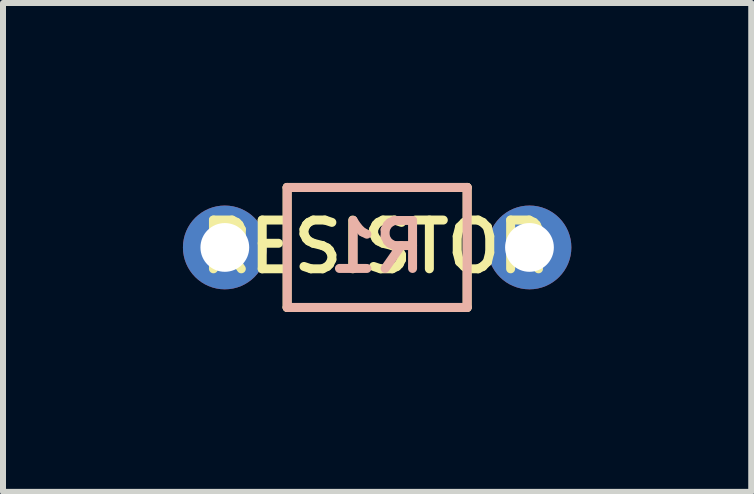
<source format=kicad_pcb>
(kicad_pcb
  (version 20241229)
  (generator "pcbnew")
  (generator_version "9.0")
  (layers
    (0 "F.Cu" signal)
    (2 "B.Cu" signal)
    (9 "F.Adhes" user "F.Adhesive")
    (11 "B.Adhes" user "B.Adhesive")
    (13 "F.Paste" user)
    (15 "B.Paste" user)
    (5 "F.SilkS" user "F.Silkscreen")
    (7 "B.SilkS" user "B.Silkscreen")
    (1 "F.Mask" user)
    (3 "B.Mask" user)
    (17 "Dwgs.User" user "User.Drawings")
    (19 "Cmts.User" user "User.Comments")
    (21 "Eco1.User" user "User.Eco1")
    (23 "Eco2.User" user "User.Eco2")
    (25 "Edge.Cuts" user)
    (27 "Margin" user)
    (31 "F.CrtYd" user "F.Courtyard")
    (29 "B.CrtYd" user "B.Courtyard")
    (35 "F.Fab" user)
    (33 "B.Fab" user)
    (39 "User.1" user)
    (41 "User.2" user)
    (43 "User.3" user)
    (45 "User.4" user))
  (footprint "RESISTOR"
    (layer "F.Cu")
    (at 3.239 1.076)
    (property "Reference" "RESISTOR" (at -0.039 -0.012 0) (layer "F.SilkS") (effects (font (size 0.813 0.813) (thickness 0.15))))
    (attr through_hole)
    (fp_line (start -1.501 -1.001) (end -1.501 1.001) (stroke (width 0.15) (type solid)) (layer "F.SilkS"))
    (fp_line (start -1.501 1.001) (end 1.501 1.001) (stroke (width 0.15) (type solid)) (layer "F.SilkS"))
    (fp_line (start 1.501 -1.001) (end -1.501 -1.001) (stroke (width 0.15) (type solid)) (layer "F.SilkS"))
    (fp_line (start 1.501 1.001) (end 1.501 -1.001) (stroke (width 0.15) (type solid)) (layer "F.SilkS"))
    (fp_line (start -1.5 -1) (end 1.5 -1) (stroke (width 0.15) (type solid)) (layer "B.SilkS"))
    (fp_line (start -1.5 1) (end -1.5 -1) (stroke (width 0.15) (type solid)) (layer "B.SilkS"))
    (fp_line (start 1.5 -1) (end 1.5 1) (stroke (width 0.15) (type solid)) (layer "B.SilkS"))
    (fp_line (start 1.5 1) (end -1.5 1) (stroke (width 0.15) (type solid)) (layer "B.SilkS"))
    (fp_text user "R1" (at 0 -0.012 0) (layer "B.SilkS") (effects (font (size 0.8 0.8) (thickness 0.15)) (justify mirror)))
    (pad "1" thru_hole circle (at -2.54 0) (size 1.397 1.397) (drill 0.813) (layers "*.Cu" "*.Mask"))
    (pad "2" thru_hole circle (at 2.54 0) (size 1.397 1.397) (drill 0.813) (layers "*.Cu" "*.Mask")))
  (gr_rect
    (start -3 -3)
    (end 9.477 5.152)
    (stroke (width 0.1) (type default))
    (fill no)
    (layer "Edge.Cuts")))
</source>
